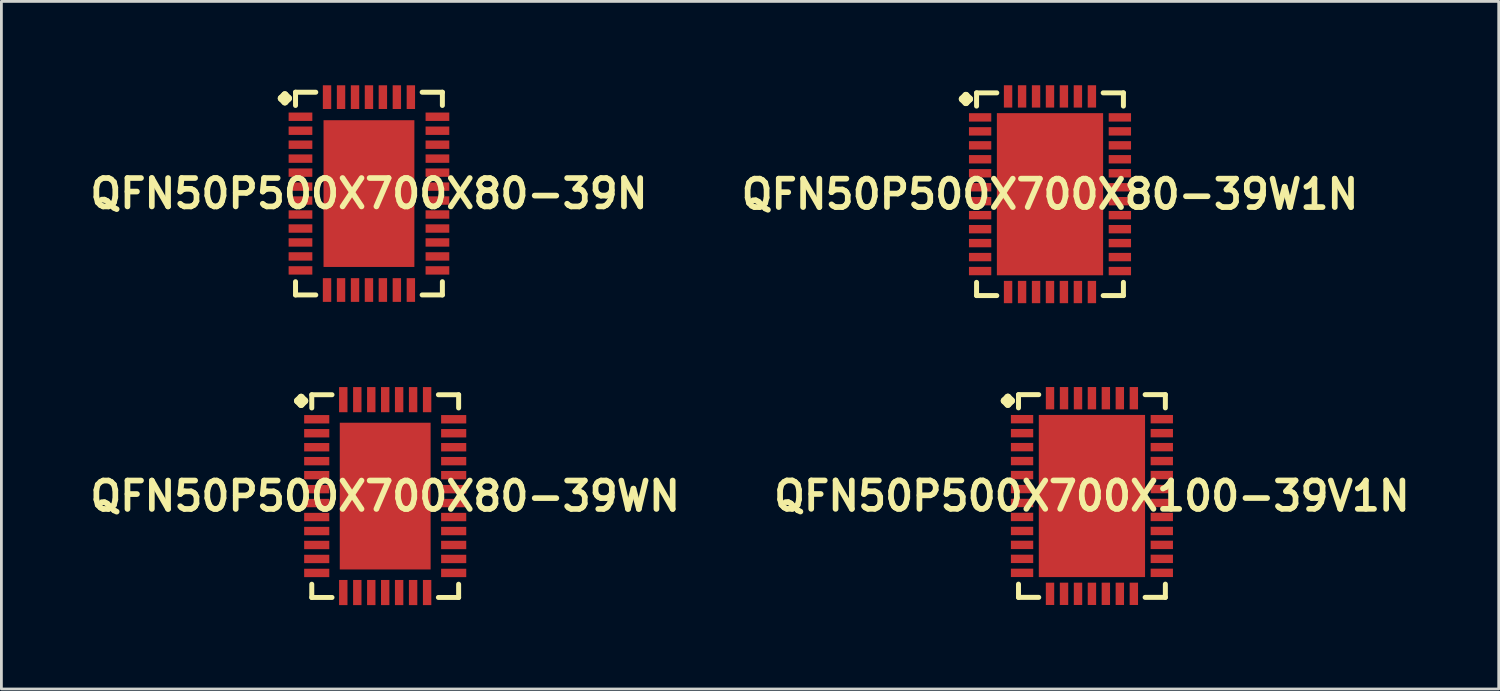
<source format=kicad_pcb>
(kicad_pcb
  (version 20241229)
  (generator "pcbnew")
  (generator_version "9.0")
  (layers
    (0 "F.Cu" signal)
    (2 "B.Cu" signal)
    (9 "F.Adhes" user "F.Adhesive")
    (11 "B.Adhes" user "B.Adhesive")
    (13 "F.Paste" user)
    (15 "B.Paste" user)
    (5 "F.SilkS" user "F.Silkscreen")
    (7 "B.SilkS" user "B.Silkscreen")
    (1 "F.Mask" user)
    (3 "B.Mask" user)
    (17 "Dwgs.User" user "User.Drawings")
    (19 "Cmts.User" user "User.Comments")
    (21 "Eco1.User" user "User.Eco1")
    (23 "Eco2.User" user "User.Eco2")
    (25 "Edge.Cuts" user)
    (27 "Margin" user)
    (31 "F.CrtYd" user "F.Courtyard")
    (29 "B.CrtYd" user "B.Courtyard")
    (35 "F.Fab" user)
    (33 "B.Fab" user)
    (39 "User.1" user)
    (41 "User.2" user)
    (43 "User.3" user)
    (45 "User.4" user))
  (footprint "QFN50P500X700X80-39W1N"
    (layer "F.Cu")
    (at 34.501 3.896)
    (property "Reference" "QFN50P500X700X80-39W1N" (at 0 0 0) (layer "F.SilkS") (effects (font (size 1.016 1.016) (thickness 0.203))))
    (attr smd)
    (fp_line (start -3.134 -3.406) (end -3.007 -3.533) (stroke (width 0.254) (type solid)) (layer "F.SilkS"))
    (fp_line (start -3.007 -3.533) (end -2.88 -3.406) (stroke (width 0.254) (type solid)) (layer "F.SilkS"))
    (fp_line (start -3.007 -3.279) (end -3.134 -3.406) (stroke (width 0.254) (type solid)) (layer "F.SilkS"))
    (fp_line (start -2.88 -3.406) (end -3.007 -3.279) (stroke (width 0.254) (type solid)) (layer "F.SilkS"))
    (fp_line (start -2.626 -3.625) (end -1.902 -3.625) (stroke (width 0.178) (type solid)) (layer "F.SilkS"))
    (fp_line (start -2.626 -3.152) (end -2.626 -3.625) (stroke (width 0.178) (type solid)) (layer "F.SilkS"))
    (fp_line (start -2.626 3.152) (end -2.626 3.625) (stroke (width 0.178) (type solid)) (layer "F.SilkS"))
    (fp_line (start -2.626 3.625) (end -1.902 3.625) (stroke (width 0.178) (type solid)) (layer "F.SilkS"))
    (fp_line (start 1.902 -3.625) (end 2.626 -3.625) (stroke (width 0.178) (type solid)) (layer "F.SilkS"))
    (fp_line (start 1.902 3.625) (end 2.626 3.625) (stroke (width 0.178) (type solid)) (layer "F.SilkS"))
    (fp_line (start 2.626 -3.625) (end 2.626 -3.152) (stroke (width 0.178) (type solid)) (layer "F.SilkS"))
    (fp_line (start 2.626 3.625) (end 2.626 3.152) (stroke (width 0.178) (type solid)) (layer "F.SilkS"))
    (pad "1" smd rect (at -2.499 -2.748) (size 0.798 0.3) (layers "F.Cu" "F.Mask" "F.Paste"))
    (pad "2" smd rect (at -2.499 -2.248) (size 0.798 0.3) (layers "F.Cu" "F.Mask" "F.Paste"))
    (pad "3" smd rect (at -2.499 -1.748) (size 0.798 0.3) (layers "F.Cu" "F.Mask" "F.Paste"))
    (pad "4" smd rect (at -2.499 -1.25) (size 0.798 0.3) (layers "F.Cu" "F.Mask" "F.Paste"))
    (pad "5" smd rect (at -2.499 -0.749) (size 0.798 0.3) (layers "F.Cu" "F.Mask" "F.Paste"))
    (pad "6" smd rect (at -2.499 -0.249) (size 0.798 0.3) (layers "F.Cu" "F.Mask" "F.Paste"))
    (pad "7" smd rect (at -2.499 0.249) (size 0.798 0.3) (layers "F.Cu" "F.Mask" "F.Paste"))
    (pad "8" smd rect (at -2.499 0.749) (size 0.798 0.3) (layers "F.Cu" "F.Mask" "F.Paste"))
    (pad "9" smd rect (at -2.499 1.25) (size 0.798 0.3) (layers "F.Cu" "F.Mask" "F.Paste"))
    (pad "10" smd rect (at -2.499 1.748) (size 0.798 0.3) (layers "F.Cu" "F.Mask" "F.Paste"))
    (pad "11" smd rect (at -2.499 2.248) (size 0.798 0.3) (layers "F.Cu" "F.Mask" "F.Paste"))
    (pad "12" smd rect (at -2.499 2.748) (size 0.798 0.3) (layers "F.Cu" "F.Mask" "F.Paste"))
    (pad "13" smd rect (at -1.499 3.498) (size 0.3 0.798) (layers "F.Cu" "F.Mask" "F.Paste"))
    (pad "14" smd rect (at -0.998 3.498) (size 0.3 0.798) (layers "F.Cu" "F.Mask" "F.Paste"))
    (pad "15" smd rect (at -0.498 3.498) (size 0.3 0.798) (layers "F.Cu" "F.Mask" "F.Paste"))
    (pad "16" smd rect (at 0 3.498) (size 0.3 0.798) (layers "F.Cu" "F.Mask" "F.Paste"))
    (pad "17" smd rect (at 0.498 3.498) (size 0.3 0.798) (layers "F.Cu" "F.Mask" "F.Paste"))
    (pad "18" smd rect (at 0.998 3.498) (size 0.3 0.798) (layers "F.Cu" "F.Mask" "F.Paste"))
    (pad "19" smd rect (at 1.499 3.498) (size 0.3 0.798) (layers "F.Cu" "F.Mask" "F.Paste"))
    (pad "20" smd rect (at 2.499 2.748) (size 0.798 0.3) (layers "F.Cu" "F.Mask" "F.Paste"))
    (pad "21" smd rect (at 2.499 2.248) (size 0.798 0.3) (layers "F.Cu" "F.Mask" "F.Paste"))
    (pad "22" smd rect (at 2.499 1.748) (size 0.798 0.3) (layers "F.Cu" "F.Mask" "F.Paste"))
    (pad "23" smd rect (at 2.499 1.25) (size 0.798 0.3) (layers "F.Cu" "F.Mask" "F.Paste"))
    (pad "24" smd rect (at 2.499 0.749) (size 0.798 0.3) (layers "F.Cu" "F.Mask" "F.Paste"))
    (pad "25" smd rect (at 2.499 0.249) (size 0.798 0.3) (layers "F.Cu" "F.Mask" "F.Paste"))
    (pad "26" smd rect (at 2.499 -0.249) (size 0.798 0.3) (layers "F.Cu" "F.Mask" "F.Paste"))
    (pad "27" smd rect (at 2.499 -0.749) (size 0.798 0.3) (layers "F.Cu" "F.Mask" "F.Paste"))
    (pad "28" smd rect (at 2.499 -1.25) (size 0.798 0.3) (layers "F.Cu" "F.Mask" "F.Paste"))
    (pad "29" smd rect (at 2.499 -1.748) (size 0.798 0.3) (layers "F.Cu" "F.Mask" "F.Paste"))
    (pad "30" smd rect (at 2.499 -2.248) (size 0.798 0.3) (layers "F.Cu" "F.Mask" "F.Paste"))
    (pad "31" smd rect (at 2.499 -2.748) (size 0.798 0.3) (layers "F.Cu" "F.Mask" "F.Paste"))
    (pad "32" smd rect (at 1.499 -3.498) (size 0.3 0.798) (layers "F.Cu" "F.Mask" "F.Paste"))
    (pad "33" smd rect (at 0.998 -3.498) (size 0.3 0.798) (layers "F.Cu" "F.Mask" "F.Paste"))
    (pad "34" smd rect (at 0.498 -3.498) (size 0.3 0.798) (layers "F.Cu" "F.Mask" "F.Paste"))
    (pad "35" smd rect (at 0 -3.498) (size 0.3 0.798) (layers "F.Cu" "F.Mask" "F.Paste"))
    (pad "36" smd rect (at -0.498 -3.498) (size 0.3 0.798) (layers "F.Cu" "F.Mask" "F.Paste"))
    (pad "37" smd rect (at -0.998 -3.498) (size 0.3 0.798) (layers "F.Cu" "F.Mask" "F.Paste"))
    (pad "38" smd rect (at -1.499 -3.498) (size 0.3 0.798) (layers "F.Cu" "F.Mask" "F.Paste"))
    (pad "39" smd rect (at 0 0) (size 3.8 5.799) (layers "F.Cu" "F.Mask" "F.Paste")))
  (footprint "QFN50P500X700X80-39N"
    (layer "F.Cu")
    (at 10.145 3.873)
    (property "Reference" "QFN50P500X700X80-39N" (at 0 0 0) (layer "F.SilkS") (effects (font (size 1.016 1.016) (thickness 0.203))))
    (attr smd)
    (fp_line (start -3.134 -3.406) (end -3.007 -3.533) (stroke (width 0.254) (type solid)) (layer "F.SilkS"))
    (fp_line (start -3.007 -3.533) (end -2.88 -3.406) (stroke (width 0.254) (type solid)) (layer "F.SilkS"))
    (fp_line (start -3.007 -3.279) (end -3.134 -3.406) (stroke (width 0.254) (type solid)) (layer "F.SilkS"))
    (fp_line (start -2.88 -3.406) (end -3.007 -3.279) (stroke (width 0.254) (type solid)) (layer "F.SilkS"))
    (fp_line (start -2.626 -3.625) (end -1.902 -3.625) (stroke (width 0.178) (type solid)) (layer "F.SilkS"))
    (fp_line (start -2.626 -3.152) (end -2.626 -3.625) (stroke (width 0.178) (type solid)) (layer "F.SilkS"))
    (fp_line (start -2.626 3.152) (end -2.626 3.625) (stroke (width 0.178) (type solid)) (layer "F.SilkS"))
    (fp_line (start -2.626 3.625) (end -1.902 3.625) (stroke (width 0.178) (type solid)) (layer "F.SilkS"))
    (fp_line (start 1.902 -3.625) (end 2.626 -3.625) (stroke (width 0.178) (type solid)) (layer "F.SilkS"))
    (fp_line (start 1.902 3.625) (end 2.626 3.625) (stroke (width 0.178) (type solid)) (layer "F.SilkS"))
    (fp_line (start 2.626 -3.625) (end 2.626 -3.152) (stroke (width 0.178) (type solid)) (layer "F.SilkS"))
    (fp_line (start 2.626 3.625) (end 2.626 3.152) (stroke (width 0.178) (type solid)) (layer "F.SilkS"))
    (pad "1" smd rect (at -2.449 -2.748) (size 0.848 0.3) (layers "F.Cu" "F.Mask" "F.Paste"))
    (pad "2" smd rect (at -2.449 -2.248) (size 0.848 0.3) (layers "F.Cu" "F.Mask" "F.Paste"))
    (pad "3" smd rect (at -2.449 -1.748) (size 0.848 0.3) (layers "F.Cu" "F.Mask" "F.Paste"))
    (pad "4" smd rect (at -2.449 -1.25) (size 0.848 0.3) (layers "F.Cu" "F.Mask" "F.Paste"))
    (pad "5" smd rect (at -2.449 -0.749) (size 0.848 0.3) (layers "F.Cu" "F.Mask" "F.Paste"))
    (pad "6" smd rect (at -2.449 -0.249) (size 0.848 0.3) (layers "F.Cu" "F.Mask" "F.Paste"))
    (pad "7" smd rect (at -2.449 0.249) (size 0.848 0.3) (layers "F.Cu" "F.Mask" "F.Paste"))
    (pad "8" smd rect (at -2.449 0.749) (size 0.848 0.3) (layers "F.Cu" "F.Mask" "F.Paste"))
    (pad "9" smd rect (at -2.449 1.25) (size 0.848 0.3) (layers "F.Cu" "F.Mask" "F.Paste"))
    (pad "10" smd rect (at -2.449 1.748) (size 0.848 0.3) (layers "F.Cu" "F.Mask" "F.Paste"))
    (pad "11" smd rect (at -2.449 2.248) (size 0.848 0.3) (layers "F.Cu" "F.Mask" "F.Paste"))
    (pad "12" smd rect (at -2.449 2.748) (size 0.848 0.3) (layers "F.Cu" "F.Mask" "F.Paste"))
    (pad "13" smd rect (at -1.499 3.449) (size 0.3 0.848) (layers "F.Cu" "F.Mask" "F.Paste"))
    (pad "14" smd rect (at -0.998 3.449) (size 0.3 0.848) (layers "F.Cu" "F.Mask" "F.Paste"))
    (pad "15" smd rect (at -0.498 3.449) (size 0.3 0.848) (layers "F.Cu" "F.Mask" "F.Paste"))
    (pad "16" smd rect (at 0 3.449) (size 0.3 0.848) (layers "F.Cu" "F.Mask" "F.Paste"))
    (pad "17" smd rect (at 0.498 3.449) (size 0.3 0.848) (layers "F.Cu" "F.Mask" "F.Paste"))
    (pad "18" smd rect (at 0.998 3.449) (size 0.3 0.848) (layers "F.Cu" "F.Mask" "F.Paste"))
    (pad "19" smd rect (at 1.499 3.449) (size 0.3 0.848) (layers "F.Cu" "F.Mask" "F.Paste"))
    (pad "20" smd rect (at 2.449 2.748) (size 0.848 0.3) (layers "F.Cu" "F.Mask" "F.Paste"))
    (pad "21" smd rect (at 2.449 2.248) (size 0.848 0.3) (layers "F.Cu" "F.Mask" "F.Paste"))
    (pad "22" smd rect (at 2.449 1.748) (size 0.848 0.3) (layers "F.Cu" "F.Mask" "F.Paste"))
    (pad "23" smd rect (at 2.449 1.25) (size 0.848 0.3) (layers "F.Cu" "F.Mask" "F.Paste"))
    (pad "24" smd rect (at 2.449 0.749) (size 0.848 0.3) (layers "F.Cu" "F.Mask" "F.Paste"))
    (pad "25" smd rect (at 2.449 0.249) (size 0.848 0.3) (layers "F.Cu" "F.Mask" "F.Paste"))
    (pad "26" smd rect (at 2.449 -0.249) (size 0.848 0.3) (layers "F.Cu" "F.Mask" "F.Paste"))
    (pad "27" smd rect (at 2.449 -0.749) (size 0.848 0.3) (layers "F.Cu" "F.Mask" "F.Paste"))
    (pad "28" smd rect (at 2.449 -1.25) (size 0.848 0.3) (layers "F.Cu" "F.Mask" "F.Paste"))
    (pad "29" smd rect (at 2.449 -1.748) (size 0.848 0.3) (layers "F.Cu" "F.Mask" "F.Paste"))
    (pad "30" smd rect (at 2.449 -2.248) (size 0.848 0.3) (layers "F.Cu" "F.Mask" "F.Paste"))
    (pad "31" smd rect (at 2.449 -2.748) (size 0.848 0.3) (layers "F.Cu" "F.Mask" "F.Paste"))
    (pad "32" smd rect (at 1.499 -3.449) (size 0.3 0.848) (layers "F.Cu" "F.Mask" "F.Paste"))
    (pad "33" smd rect (at 0.998 -3.449) (size 0.3 0.848) (layers "F.Cu" "F.Mask" "F.Paste"))
    (pad "34" smd rect (at 0.498 -3.449) (size 0.3 0.848) (layers "F.Cu" "F.Mask" "F.Paste"))
    (pad "35" smd rect (at 0 -3.449) (size 0.3 0.848) (layers "F.Cu" "F.Mask" "F.Paste"))
    (pad "36" smd rect (at -0.498 -3.449) (size 0.3 0.848) (layers "F.Cu" "F.Mask" "F.Paste"))
    (pad "37" smd rect (at -0.998 -3.449) (size 0.3 0.848) (layers "F.Cu" "F.Mask" "F.Paste"))
    (pad "38" smd rect (at -1.499 -3.449) (size 0.3 0.848) (layers "F.Cu" "F.Mask" "F.Paste"))
    (pad "39" smd rect (at 0 0) (size 3.249 5.248) (layers "F.Cu" "F.Mask" "F.Paste")))
  (footprint "QFN50P500X700X100-39V1N"
    (layer "F.Cu")
    (at 36.001 14.689)
    (property "Reference" "QFN50P500X700X100-39V1N" (at 0 0 0) (layer "F.SilkS") (effects (font (size 1.016 1.016) (thickness 0.203))))
    (attr smd)
    (fp_line (start -3.134 -3.406) (end -3.007 -3.533) (stroke (width 0.254) (type solid)) (layer "F.SilkS"))
    (fp_line (start -3.007 -3.533) (end -2.88 -3.406) (stroke (width 0.254) (type solid)) (layer "F.SilkS"))
    (fp_line (start -3.007 -3.279) (end -3.134 -3.406) (stroke (width 0.254) (type solid)) (layer "F.SilkS"))
    (fp_line (start -2.88 -3.406) (end -3.007 -3.279) (stroke (width 0.254) (type solid)) (layer "F.SilkS"))
    (fp_line (start -2.626 -3.625) (end -1.902 -3.625) (stroke (width 0.178) (type solid)) (layer "F.SilkS"))
    (fp_line (start -2.626 -3.152) (end -2.626 -3.625) (stroke (width 0.178) (type solid)) (layer "F.SilkS"))
    (fp_line (start -2.626 3.152) (end -2.626 3.625) (stroke (width 0.178) (type solid)) (layer "F.SilkS"))
    (fp_line (start -2.626 3.625) (end -1.902 3.625) (stroke (width 0.178) (type solid)) (layer "F.SilkS"))
    (fp_line (start 1.902 -3.625) (end 2.626 -3.625) (stroke (width 0.178) (type solid)) (layer "F.SilkS"))
    (fp_line (start 1.902 3.625) (end 2.626 3.625) (stroke (width 0.178) (type solid)) (layer "F.SilkS"))
    (fp_line (start 2.626 -3.625) (end 2.626 -3.152) (stroke (width 0.178) (type solid)) (layer "F.SilkS"))
    (fp_line (start 2.626 3.625) (end 2.626 3.152) (stroke (width 0.178) (type solid)) (layer "F.SilkS"))
    (pad "1" smd rect (at -2.499 -2.748) (size 0.798 0.3) (layers "F.Cu" "F.Mask" "F.Paste"))
    (pad "2" smd rect (at -2.499 -2.248) (size 0.798 0.3) (layers "F.Cu" "F.Mask" "F.Paste"))
    (pad "3" smd rect (at -2.499 -1.748) (size 0.798 0.3) (layers "F.Cu" "F.Mask" "F.Paste"))
    (pad "4" smd rect (at -2.499 -1.25) (size 0.798 0.3) (layers "F.Cu" "F.Mask" "F.Paste"))
    (pad "5" smd rect (at -2.499 -0.749) (size 0.798 0.3) (layers "F.Cu" "F.Mask" "F.Paste"))
    (pad "6" smd rect (at -2.499 -0.249) (size 0.798 0.3) (layers "F.Cu" "F.Mask" "F.Paste"))
    (pad "7" smd rect (at -2.499 0.249) (size 0.798 0.3) (layers "F.Cu" "F.Mask" "F.Paste"))
    (pad "8" smd rect (at -2.499 0.749) (size 0.798 0.3) (layers "F.Cu" "F.Mask" "F.Paste"))
    (pad "9" smd rect (at -2.499 1.25) (size 0.798 0.3) (layers "F.Cu" "F.Mask" "F.Paste"))
    (pad "10" smd rect (at -2.499 1.748) (size 0.798 0.3) (layers "F.Cu" "F.Mask" "F.Paste"))
    (pad "11" smd rect (at -2.499 2.248) (size 0.798 0.3) (layers "F.Cu" "F.Mask" "F.Paste"))
    (pad "12" smd rect (at -2.499 2.748) (size 0.798 0.3) (layers "F.Cu" "F.Mask" "F.Paste"))
    (pad "13" smd rect (at -1.499 3.498) (size 0.3 0.798) (layers "F.Cu" "F.Mask" "F.Paste"))
    (pad "14" smd rect (at -0.998 3.498) (size 0.3 0.798) (layers "F.Cu" "F.Mask" "F.Paste"))
    (pad "15" smd rect (at -0.498 3.498) (size 0.3 0.798) (layers "F.Cu" "F.Mask" "F.Paste"))
    (pad "16" smd rect (at 0 3.498) (size 0.3 0.798) (layers "F.Cu" "F.Mask" "F.Paste"))
    (pad "17" smd rect (at 0.498 3.498) (size 0.3 0.798) (layers "F.Cu" "F.Mask" "F.Paste"))
    (pad "18" smd rect (at 0.998 3.498) (size 0.3 0.798) (layers "F.Cu" "F.Mask" "F.Paste"))
    (pad "19" smd rect (at 1.499 3.498) (size 0.3 0.798) (layers "F.Cu" "F.Mask" "F.Paste"))
    (pad "20" smd rect (at 2.499 2.748) (size 0.798 0.3) (layers "F.Cu" "F.Mask" "F.Paste"))
    (pad "21" smd rect (at 2.499 2.248) (size 0.798 0.3) (layers "F.Cu" "F.Mask" "F.Paste"))
    (pad "22" smd rect (at 2.499 1.748) (size 0.798 0.3) (layers "F.Cu" "F.Mask" "F.Paste"))
    (pad "23" smd rect (at 2.499 1.25) (size 0.798 0.3) (layers "F.Cu" "F.Mask" "F.Paste"))
    (pad "24" smd rect (at 2.499 0.749) (size 0.798 0.3) (layers "F.Cu" "F.Mask" "F.Paste"))
    (pad "25" smd rect (at 2.499 0.249) (size 0.798 0.3) (layers "F.Cu" "F.Mask" "F.Paste"))
    (pad "26" smd rect (at 2.499 -0.249) (size 0.798 0.3) (layers "F.Cu" "F.Mask" "F.Paste"))
    (pad "27" smd rect (at 2.499 -0.749) (size 0.798 0.3) (layers "F.Cu" "F.Mask" "F.Paste"))
    (pad "28" smd rect (at 2.499 -1.25) (size 0.798 0.3) (layers "F.Cu" "F.Mask" "F.Paste"))
    (pad "29" smd rect (at 2.499 -1.748) (size 0.798 0.3) (layers "F.Cu" "F.Mask" "F.Paste"))
    (pad "30" smd rect (at 2.499 -2.248) (size 0.798 0.3) (layers "F.Cu" "F.Mask" "F.Paste"))
    (pad "31" smd rect (at 2.499 -2.748) (size 0.798 0.3) (layers "F.Cu" "F.Mask" "F.Paste"))
    (pad "32" smd rect (at 1.499 -3.498) (size 0.3 0.798) (layers "F.Cu" "F.Mask" "F.Paste"))
    (pad "33" smd rect (at 0.998 -3.498) (size 0.3 0.798) (layers "F.Cu" "F.Mask" "F.Paste"))
    (pad "34" smd rect (at 0.498 -3.498) (size 0.3 0.798) (layers "F.Cu" "F.Mask" "F.Paste"))
    (pad "35" smd rect (at 0 -3.498) (size 0.3 0.798) (layers "F.Cu" "F.Mask" "F.Paste"))
    (pad "36" smd rect (at -0.498 -3.498) (size 0.3 0.798) (layers "F.Cu" "F.Mask" "F.Paste"))
    (pad "37" smd rect (at -0.998 -3.498) (size 0.3 0.798) (layers "F.Cu" "F.Mask" "F.Paste"))
    (pad "38" smd rect (at -1.499 -3.498) (size 0.3 0.798) (layers "F.Cu" "F.Mask" "F.Paste"))
    (pad "39" smd rect (at 0 0) (size 3.8 5.799) (layers "F.Cu" "F.Mask" "F.Paste")))
  (footprint "QFN50P500X700X80-39WN"
    (layer "F.Cu")
    (at 10.726 14.692)
    (property "Reference" "QFN50P500X700X80-39WN" (at 0 0 0) (layer "F.SilkS") (effects (font (size 1.016 1.016) (thickness 0.203))))
    (attr smd)
    (fp_line (start -3.134 -3.406) (end -3.007 -3.533) (stroke (width 0.254) (type solid)) (layer "F.SilkS"))
    (fp_line (start -3.007 -3.533) (end -2.88 -3.406) (stroke (width 0.254) (type solid)) (layer "F.SilkS"))
    (fp_line (start -3.007 -3.279) (end -3.134 -3.406) (stroke (width 0.254) (type solid)) (layer "F.SilkS"))
    (fp_line (start -2.88 -3.406) (end -3.007 -3.279) (stroke (width 0.254) (type solid)) (layer "F.SilkS"))
    (fp_line (start -2.626 -3.625) (end -1.902 -3.625) (stroke (width 0.178) (type solid)) (layer "F.SilkS"))
    (fp_line (start -2.626 -3.152) (end -2.626 -3.625) (stroke (width 0.178) (type solid)) (layer "F.SilkS"))
    (fp_line (start -2.626 3.152) (end -2.626 3.625) (stroke (width 0.178) (type solid)) (layer "F.SilkS"))
    (fp_line (start -2.626 3.625) (end -1.902 3.625) (stroke (width 0.178) (type solid)) (layer "F.SilkS"))
    (fp_line (start 1.902 -3.625) (end 2.626 -3.625) (stroke (width 0.178) (type solid)) (layer "F.SilkS"))
    (fp_line (start 1.902 3.625) (end 2.626 3.625) (stroke (width 0.178) (type solid)) (layer "F.SilkS"))
    (fp_line (start 2.626 -3.625) (end 2.626 -3.152) (stroke (width 0.178) (type solid)) (layer "F.SilkS"))
    (fp_line (start 2.626 3.625) (end 2.626 3.152) (stroke (width 0.178) (type solid)) (layer "F.SilkS"))
    (pad "1" smd rect (at -2.449 -2.748) (size 0.899 0.3) (layers "F.Cu" "F.Mask" "F.Paste"))
    (pad "2" smd rect (at -2.449 -2.248) (size 0.899 0.3) (layers "F.Cu" "F.Mask" "F.Paste"))
    (pad "3" smd rect (at -2.449 -1.748) (size 0.899 0.3) (layers "F.Cu" "F.Mask" "F.Paste"))
    (pad "4" smd rect (at -2.449 -1.25) (size 0.899 0.3) (layers "F.Cu" "F.Mask" "F.Paste"))
    (pad "5" smd rect (at -2.449 -0.749) (size 0.899 0.3) (layers "F.Cu" "F.Mask" "F.Paste"))
    (pad "6" smd rect (at -2.449 -0.249) (size 0.899 0.3) (layers "F.Cu" "F.Mask" "F.Paste"))
    (pad "7" smd rect (at -2.449 0.249) (size 0.899 0.3) (layers "F.Cu" "F.Mask" "F.Paste"))
    (pad "8" smd rect (at -2.449 0.749) (size 0.899 0.3) (layers "F.Cu" "F.Mask" "F.Paste"))
    (pad "9" smd rect (at -2.449 1.25) (size 0.899 0.3) (layers "F.Cu" "F.Mask" "F.Paste"))
    (pad "10" smd rect (at -2.449 1.748) (size 0.899 0.3) (layers "F.Cu" "F.Mask" "F.Paste"))
    (pad "11" smd rect (at -2.449 2.248) (size 0.899 0.3) (layers "F.Cu" "F.Mask" "F.Paste"))
    (pad "12" smd rect (at -2.449 2.748) (size 0.899 0.3) (layers "F.Cu" "F.Mask" "F.Paste"))
    (pad "13" smd rect (at -1.499 3.449) (size 0.3 0.899) (layers "F.Cu" "F.Mask" "F.Paste"))
    (pad "14" smd rect (at -0.998 3.449) (size 0.3 0.899) (layers "F.Cu" "F.Mask" "F.Paste"))
    (pad "15" smd rect (at -0.498 3.449) (size 0.3 0.899) (layers "F.Cu" "F.Mask" "F.Paste"))
    (pad "16" smd rect (at 0 3.449) (size 0.3 0.899) (layers "F.Cu" "F.Mask" "F.Paste"))
    (pad "17" smd rect (at 0.498 3.449) (size 0.3 0.899) (layers "F.Cu" "F.Mask" "F.Paste"))
    (pad "18" smd rect (at 0.998 3.449) (size 0.3 0.899) (layers "F.Cu" "F.Mask" "F.Paste"))
    (pad "19" smd rect (at 1.499 3.449) (size 0.3 0.899) (layers "F.Cu" "F.Mask" "F.Paste"))
    (pad "20" smd rect (at 2.449 2.748) (size 0.899 0.3) (layers "F.Cu" "F.Mask" "F.Paste"))
    (pad "21" smd rect (at 2.449 2.248) (size 0.899 0.3) (layers "F.Cu" "F.Mask" "F.Paste"))
    (pad "22" smd rect (at 2.449 1.748) (size 0.899 0.3) (layers "F.Cu" "F.Mask" "F.Paste"))
    (pad "23" smd rect (at 2.449 1.25) (size 0.899 0.3) (layers "F.Cu" "F.Mask" "F.Paste"))
    (pad "24" smd rect (at 2.449 0.749) (size 0.899 0.3) (layers "F.Cu" "F.Mask" "F.Paste"))
    (pad "25" smd rect (at 2.449 0.249) (size 0.899 0.3) (layers "F.Cu" "F.Mask" "F.Paste"))
    (pad "26" smd rect (at 2.449 -0.249) (size 0.899 0.3) (layers "F.Cu" "F.Mask" "F.Paste"))
    (pad "27" smd rect (at 2.449 -0.749) (size 0.899 0.3) (layers "F.Cu" "F.Mask" "F.Paste"))
    (pad "28" smd rect (at 2.449 -1.25) (size 0.899 0.3) (layers "F.Cu" "F.Mask" "F.Paste"))
    (pad "29" smd rect (at 2.449 -1.748) (size 0.899 0.3) (layers "F.Cu" "F.Mask" "F.Paste"))
    (pad "30" smd rect (at 2.449 -2.248) (size 0.899 0.3) (layers "F.Cu" "F.Mask" "F.Paste"))
    (pad "31" smd rect (at 2.449 -2.748) (size 0.899 0.3) (layers "F.Cu" "F.Mask" "F.Paste"))
    (pad "32" smd rect (at 1.499 -3.449) (size 0.3 0.899) (layers "F.Cu" "F.Mask" "F.Paste"))
    (pad "33" smd rect (at 0.998 -3.449) (size 0.3 0.899) (layers "F.Cu" "F.Mask" "F.Paste"))
    (pad "34" smd rect (at 0.498 -3.449) (size 0.3 0.899) (layers "F.Cu" "F.Mask" "F.Paste"))
    (pad "35" smd rect (at 0 -3.449) (size 0.3 0.899) (layers "F.Cu" "F.Mask" "F.Paste"))
    (pad "36" smd rect (at -0.498 -3.449) (size 0.3 0.899) (layers "F.Cu" "F.Mask" "F.Paste"))
    (pad "37" smd rect (at -0.998 -3.449) (size 0.3 0.899) (layers "F.Cu" "F.Mask" "F.Paste"))
    (pad "38" smd rect (at -1.499 -3.449) (size 0.3 0.899) (layers "F.Cu" "F.Mask" "F.Paste"))
    (pad "39" smd rect (at 0 0) (size 3.249 5.248) (layers "F.Cu" "F.Mask" "F.Paste")))
  (gr_rect
    (start -3 -3)
    (end 50.549 21.591)
    (stroke (width 0.1) (type default))
    (fill no)
    (layer "Edge.Cuts")))
</source>
